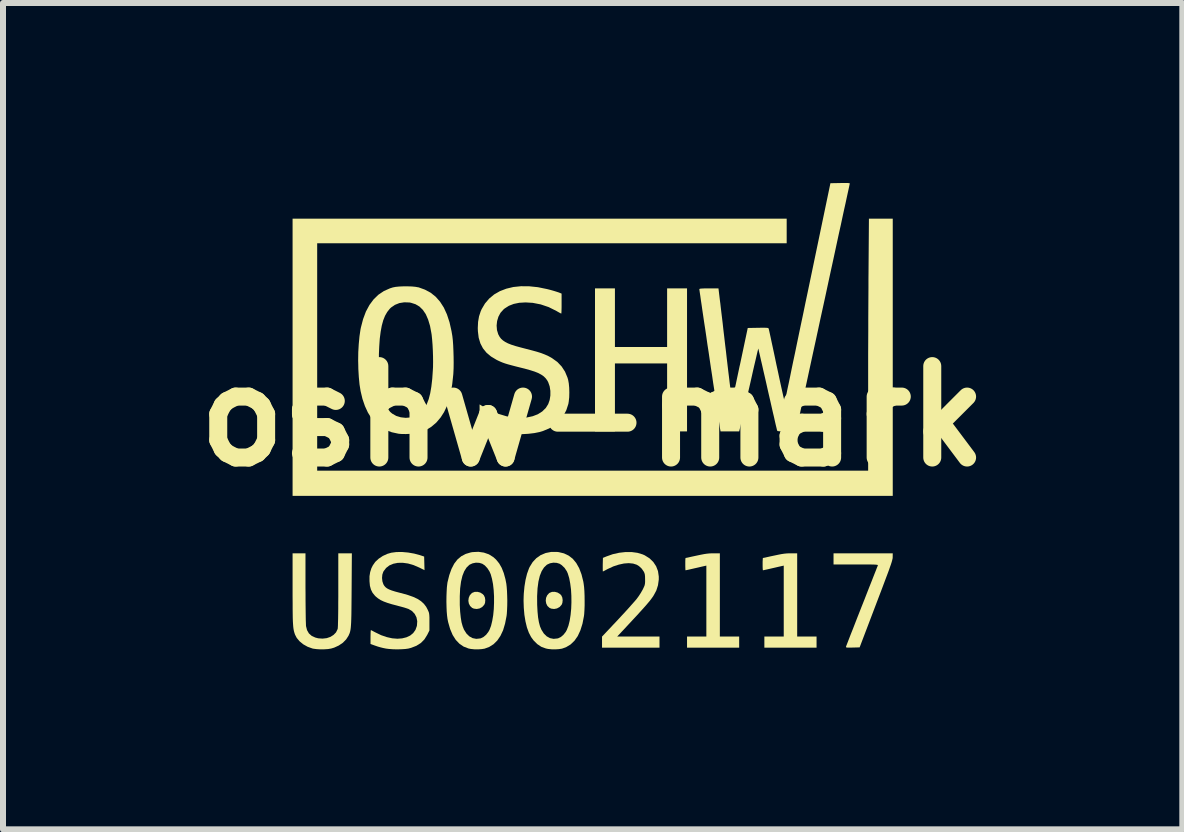
<source format=kicad_pcb>
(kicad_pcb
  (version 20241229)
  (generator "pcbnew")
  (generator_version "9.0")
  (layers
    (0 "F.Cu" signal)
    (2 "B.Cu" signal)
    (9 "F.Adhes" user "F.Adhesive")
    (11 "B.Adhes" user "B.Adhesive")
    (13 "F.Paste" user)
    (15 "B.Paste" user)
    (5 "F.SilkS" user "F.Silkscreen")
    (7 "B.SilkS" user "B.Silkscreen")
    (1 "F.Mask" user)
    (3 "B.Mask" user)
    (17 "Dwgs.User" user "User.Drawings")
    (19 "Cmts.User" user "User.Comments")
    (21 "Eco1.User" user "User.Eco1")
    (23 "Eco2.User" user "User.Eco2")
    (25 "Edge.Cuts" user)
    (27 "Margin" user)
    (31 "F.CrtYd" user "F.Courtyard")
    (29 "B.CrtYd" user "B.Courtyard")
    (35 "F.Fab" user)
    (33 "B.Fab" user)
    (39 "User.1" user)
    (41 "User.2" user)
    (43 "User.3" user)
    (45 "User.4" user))
  (footprint "oshw-mark"
    (layer "F.Cu")
    (at 6.829 3.887)
    (property "Reference" "oshw-mark" (at 0 0 0) (layer "F.SilkS") (effects (font (size 1.524 1.524) (thickness 0.3))))
    (attr board_only exclude_from_pos_files exclude_from_bom)
    (fp_poly (pts (xy 0.371 -1.153) (xy 1.241 -1.153) (xy 1.241 -2.13) (xy 1.573 -2.13) (xy 1.573 0.254) (xy 1.241 0.254) (xy 1.241 -0.879) (xy 0.371 -0.879) (xy 0.371 0.254) (xy 0.039 0.254) (xy 0.039 -2.13) (xy 0.371 -2.13)) (stroke (width 0) (type solid)) (fill yes) (layer "F.SilkS"))
    (fp_poly (pts (xy -1.874 2.94) (xy -1.834 2.965) (xy -1.813 2.987) (xy -1.796 3.024) (xy -1.79 3.068) (xy -1.794 3.113) (xy -1.807 3.143) (xy -1.841 3.181) (xy -1.884 3.205) (xy -1.932 3.214) (xy -1.981 3.208) (xy -2.01 3.195) (xy -2.043 3.164) (xy -2.064 3.123) (xy -2.072 3.077) (xy -2.066 3.029) (xy -2.048 2.986) (xy -2.016 2.951) (xy -2.008 2.945) (xy -1.967 2.929) (xy -1.921 2.928)) (stroke (width 0) (type solid)) (fill yes) (layer "F.SilkS"))
    (fp_poly (pts (xy -0.585 2.94) (xy -0.544 2.965) (xy -0.523 2.987) (xy -0.506 3.024) (xy -0.5 3.068) (xy -0.505 3.113) (xy -0.517 3.143) (xy -0.551 3.181) (xy -0.595 3.205) (xy -0.643 3.214) (xy -0.691 3.208) (xy -0.72 3.195) (xy -0.754 3.164) (xy -0.774 3.123) (xy -0.782 3.077) (xy -0.777 3.029) (xy -0.758 2.986) (xy -0.727 2.951) (xy -0.718 2.945) (xy -0.678 2.929) (xy -0.631 2.928)) (stroke (width 0) (type solid)) (fill yes) (layer "F.SilkS"))
    (fp_poly (pts (xy 3.234 -2.882) (xy -4.592 -2.882) (xy -4.592 0.909) (xy 4.592 0.909) (xy 4.592 -0.276) (xy 4.592 -0.45) (xy 4.592 -0.634) (xy 4.592 -0.825) (xy 4.592 -1.022) (xy 4.593 -1.22) (xy 4.594 -1.417) (xy 4.594 -1.61) (xy 4.595 -1.796) (xy 4.596 -1.974) (xy 4.597 -2.139) (xy 4.597 -2.289) (xy 4.598 -2.376) (xy 4.605 -3.292) (xy 5.002 -3.292) (xy 5.002 1.329) (xy -5.002 1.329) (xy -5.002 -3.292) (xy 3.234 -3.292)) (stroke (width 0) (type solid)) (fill yes) (layer "F.SilkS"))
    (fp_poly (pts (xy 2.12 3.673) (xy 2.442 3.673) (xy 2.442 3.859) (xy 1.573 3.859) (xy 1.573 3.673) (xy 1.895 3.673) (xy 1.895 2.491) (xy 1.873 2.496) (xy 1.815 2.509) (xy 1.756 2.523) (xy 1.698 2.536) (xy 1.646 2.548) (xy 1.602 2.558) (xy 1.569 2.565) (xy 1.551 2.569) (xy 1.548 2.569) (xy 1.546 2.56) (xy 1.545 2.536) (xy 1.544 2.5) (xy 1.544 2.467) (xy 1.544 2.425) (xy 1.545 2.391) (xy 1.547 2.37) (xy 1.548 2.364) (xy 1.558 2.362) (xy 1.585 2.357) (xy 1.624 2.348) (xy 1.674 2.337) (xy 1.73 2.325) (xy 1.73 2.325) (xy 1.801 2.31) (xy 1.858 2.299) (xy 1.905 2.292) (xy 1.947 2.288) (xy 1.989 2.286) (xy 2.014 2.286) (xy 2.12 2.286)) (stroke (width 0) (type solid)) (fill yes) (layer "F.SilkS"))
    (fp_poly (pts (xy 3.409 3.673) (xy 3.732 3.673) (xy 3.732 3.859) (xy 2.862 3.859) (xy 2.862 3.673) (xy 3.185 3.673) (xy 3.185 2.491) (xy 3.163 2.496) (xy 3.105 2.509) (xy 3.045 2.523) (xy 2.988 2.536) (xy 2.936 2.548) (xy 2.891 2.558) (xy 2.859 2.565) (xy 2.84 2.569) (xy 2.837 2.569) (xy 2.836 2.56) (xy 2.834 2.536) (xy 2.833 2.5) (xy 2.833 2.467) (xy 2.833 2.425) (xy 2.835 2.391) (xy 2.836 2.37) (xy 2.838 2.364) (xy 2.848 2.362) (xy 2.875 2.357) (xy 2.914 2.348) (xy 2.963 2.337) (xy 3.02 2.325) (xy 3.02 2.325) (xy 3.091 2.31) (xy 3.147 2.299) (xy 3.194 2.292) (xy 3.236 2.288) (xy 3.279 2.286) (xy 3.304 2.286) (xy 3.409 2.286)) (stroke (width 0) (type solid)) (fill yes) (layer "F.SilkS"))
    (fp_poly (pts (xy 5.001 2.347) (xy 5.001 2.359) (xy 4.999 2.374) (xy 4.995 2.391) (xy 4.99 2.412) (xy 4.982 2.439) (xy 4.971 2.473) (xy 4.956 2.515) (xy 4.938 2.567) (xy 4.915 2.629) (xy 4.887 2.703) (xy 4.854 2.791) (xy 4.816 2.892) (xy 4.771 3.01) (xy 4.725 3.131) (xy 4.45 3.854) (xy 4.334 3.857) (xy 4.285 3.858) (xy 4.252 3.858) (xy 4.233 3.856) (xy 4.224 3.852) (xy 4.222 3.846) (xy 4.223 3.842) (xy 4.227 3.83) (xy 4.238 3.802) (xy 4.255 3.758) (xy 4.277 3.701) (xy 4.304 3.631) (xy 4.336 3.551) (xy 4.371 3.461) (xy 4.409 3.363) (xy 4.45 3.259) (xy 4.487 3.165) (xy 4.53 3.057) (xy 4.57 2.954) (xy 4.608 2.857) (xy 4.643 2.769) (xy 4.674 2.69) (xy 4.701 2.621) (xy 4.723 2.566) (xy 4.739 2.524) (xy 4.75 2.498) (xy 4.753 2.489) (xy 4.754 2.484) (xy 4.751 2.481) (xy 4.743 2.478) (xy 4.728 2.476) (xy 4.705 2.474) (xy 4.671 2.473) (xy 4.624 2.472) (xy 4.564 2.472) (xy 4.487 2.472) (xy 4.393 2.472) (xy 4.015 2.472) (xy 4.015 2.286) (xy 5.002 2.286)) (stroke (width 0) (type solid)) (fill yes) (layer "F.SilkS"))
    (fp_poly (pts (xy 0.65 2.265) (xy 0.747 2.278) (xy 0.833 2.304) (xy 0.867 2.319) (xy 0.947 2.369) (xy 1.011 2.431) (xy 1.058 2.502) (xy 1.089 2.583) (xy 1.102 2.673) (xy 1.102 2.724) (xy 1.089 2.818) (xy 1.061 2.906) (xy 1.023 2.977) (xy 1.009 3.001) (xy 0.992 3.025) (xy 0.973 3.051) (xy 0.951 3.08) (xy 0.923 3.113) (xy 0.89 3.152) (xy 0.849 3.198) (xy 0.801 3.251) (xy 0.744 3.314) (xy 0.677 3.386) (xy 0.598 3.471) (xy 0.508 3.568) (xy 0.484 3.593) (xy 0.409 3.673) (xy 1.114 3.673) (xy 1.114 3.859) (xy 0.156 3.859) (xy 0.156 3.674) (xy 0.263 3.561) (xy 0.337 3.482) (xy 0.411 3.404) (xy 0.481 3.328) (xy 0.547 3.257) (xy 0.606 3.192) (xy 0.657 3.134) (xy 0.699 3.087) (xy 0.729 3.052) (xy 0.733 3.047) (xy 0.766 3.002) (xy 0.8 2.95) (xy 0.829 2.9) (xy 0.833 2.893) (xy 0.852 2.853) (xy 0.865 2.823) (xy 0.871 2.797) (xy 0.874 2.765) (xy 0.874 2.722) (xy 0.874 2.722) (xy 0.873 2.675) (xy 0.87 2.641) (xy 0.863 2.615) (xy 0.853 2.593) (xy 0.818 2.542) (xy 0.773 2.5) (xy 0.734 2.476) (xy 0.674 2.457) (xy 0.601 2.45) (xy 0.521 2.456) (xy 0.434 2.475) (xy 0.345 2.504) (xy 0.256 2.545) (xy 0.238 2.554) (xy 0.207 2.571) (xy 0.183 2.583) (xy 0.171 2.589) (xy 0.17 2.589) (xy 0.169 2.58) (xy 0.168 2.555) (xy 0.168 2.518) (xy 0.168 2.476) (xy 0.171 2.362) (xy 0.23 2.338) (xy 0.334 2.301) (xy 0.441 2.277) (xy 0.547 2.265)) (stroke (width 0) (type solid)) (fill yes) (layer "F.SilkS"))
    (fp_poly (pts (xy -4.787 2.86) (xy -4.786 2.966) (xy -4.786 3.069) (xy -4.785 3.165) (xy -4.784 3.253) (xy -4.783 3.331) (xy -4.782 3.397) (xy -4.78 3.449) (xy -4.779 3.485) (xy -4.778 3.5) (xy -4.761 3.567) (xy -4.73 3.621) (xy -4.684 3.662) (xy -4.624 3.69) (xy -4.574 3.703) (xy -4.502 3.708) (xy -4.433 3.7) (xy -4.371 3.679) (xy -4.319 3.646) (xy -4.278 3.604) (xy -4.253 3.553) (xy -4.249 3.54) (xy -4.248 3.524) (xy -4.246 3.49) (xy -4.245 3.44) (xy -4.243 3.376) (xy -4.242 3.299) (xy -4.241 3.212) (xy -4.241 3.116) (xy -4.24 3.013) (xy -4.24 2.906) (xy -4.24 2.894) (xy -4.24 2.286) (xy -4.014 2.286) (xy -4.018 2.894) (xy -4.019 3.025) (xy -4.02 3.138) (xy -4.021 3.234) (xy -4.022 3.315) (xy -4.024 3.384) (xy -4.026 3.44) (xy -4.029 3.487) (xy -4.032 3.525) (xy -4.036 3.556) (xy -4.041 3.582) (xy -4.047 3.605) (xy -4.054 3.625) (xy -4.063 3.644) (xy -4.069 3.659) (xy -4.109 3.721) (xy -4.164 3.777) (xy -4.232 3.823) (xy -4.308 3.858) (xy -4.358 3.873) (xy -4.41 3.882) (xy -4.472 3.886) (xy -4.539 3.887) (xy -4.602 3.883) (xy -4.655 3.876) (xy -4.67 3.873) (xy -4.751 3.844) (xy -4.824 3.803) (xy -4.885 3.753) (xy -4.933 3.696) (xy -4.961 3.642) (xy -4.969 3.619) (xy -4.976 3.596) (xy -4.982 3.571) (xy -4.987 3.543) (xy -4.991 3.51) (xy -4.994 3.47) (xy -4.997 3.423) (xy -4.999 3.365) (xy -5 3.295) (xy -5.001 3.213) (xy -5.001 3.116) (xy -5.002 3.003) (xy -5.002 2.875) (xy -5.002 2.286) (xy -4.787 2.286)) (stroke (width 0) (type solid)) (fill yes) (layer "F.SilkS"))
    (fp_poly (pts (xy -0.567 2.266) (xy -0.479 2.287) (xy -0.401 2.324) (xy -0.332 2.377) (xy -0.274 2.447) (xy -0.225 2.534) (xy -0.186 2.637) (xy -0.156 2.757) (xy -0.15 2.794) (xy -0.143 2.847) (xy -0.138 2.915) (xy -0.135 2.993) (xy -0.134 3.075) (xy -0.134 3.156) (xy -0.137 3.232) (xy -0.141 3.297) (xy -0.145 3.331) (xy -0.17 3.46) (xy -0.205 3.571) (xy -0.249 3.666) (xy -0.304 3.744) (xy -0.369 3.806) (xy -0.444 3.851) (xy -0.511 3.875) (xy -0.561 3.883) (xy -0.621 3.887) (xy -0.684 3.886) (xy -0.744 3.88) (xy -0.781 3.872) (xy -0.857 3.844) (xy -0.924 3.799) (xy -0.985 3.738) (xy -1.026 3.682) (xy -1.064 3.609) (xy -1.096 3.521) (xy -1.12 3.421) (xy -1.138 3.311) (xy -1.148 3.195) (xy -1.152 3.076) (xy -1.15 3.001) (xy -0.926 3.001) (xy -0.925 3.146) (xy -0.919 3.259) (xy -0.91 3.354) (xy -0.896 3.435) (xy -0.878 3.503) (xy -0.855 3.558) (xy -0.814 3.623) (xy -0.766 3.67) (xy -0.711 3.7) (xy -0.651 3.712) (xy -0.585 3.705) (xy -0.576 3.703) (xy -0.53 3.681) (xy -0.487 3.644) (xy -0.449 3.596) (xy -0.431 3.563) (xy -0.404 3.493) (xy -0.383 3.409) (xy -0.368 3.313) (xy -0.358 3.21) (xy -0.354 3.103) (xy -0.355 2.994) (xy -0.361 2.889) (xy -0.374 2.79) (xy -0.391 2.7) (xy -0.414 2.624) (xy -0.43 2.587) (xy -0.468 2.529) (xy -0.516 2.483) (xy -0.551 2.46) (xy -0.6 2.445) (xy -0.655 2.442) (xy -0.711 2.452) (xy -0.759 2.474) (xy -0.764 2.477) (xy -0.811 2.522) (xy -0.85 2.583) (xy -0.881 2.661) (xy -0.904 2.757) (xy -0.919 2.87) (xy -0.926 3.001) (xy -1.15 3.001) (xy -1.148 2.957) (xy -1.137 2.84) (xy -1.119 2.729) (xy -1.094 2.627) (xy -1.061 2.536) (xy -1.05 2.513) (xy -1 2.432) (xy -0.938 2.366) (xy -0.865 2.315) (xy -0.783 2.281) (xy -0.692 2.263) (xy -0.595 2.263)) (stroke (width 0) (type solid)) (fill yes) (layer "F.SilkS"))
    (fp_poly (pts (xy -1.814 2.274) (xy -1.73 2.303) (xy -1.655 2.35) (xy -1.61 2.391) (xy -1.558 2.455) (xy -1.516 2.529) (xy -1.482 2.615) (xy -1.454 2.717) (xy -1.439 2.794) (xy -1.433 2.847) (xy -1.428 2.915) (xy -1.425 2.992) (xy -1.423 3.074) (xy -1.424 3.155) (xy -1.427 3.23) (xy -1.431 3.295) (xy -1.435 3.329) (xy -1.46 3.457) (xy -1.493 3.568) (xy -1.537 3.662) (xy -1.59 3.74) (xy -1.652 3.801) (xy -1.725 3.847) (xy -1.801 3.875) (xy -1.85 3.883) (xy -1.91 3.887) (xy -1.974 3.886) (xy -2.033 3.88) (xy -2.071 3.872) (xy -2.151 3.841) (xy -2.221 3.793) (xy -2.282 3.729) (xy -2.334 3.647) (xy -2.376 3.548) (xy -2.409 3.433) (xy -2.42 3.378) (xy -2.427 3.324) (xy -2.433 3.255) (xy -2.436 3.176) (xy -2.438 3.091) (xy -2.437 3.006) (xy -2.437 3.001) (xy -2.215 3.001) (xy -2.215 3.146) (xy -2.209 3.259) (xy -2.199 3.354) (xy -2.186 3.435) (xy -2.167 3.503) (xy -2.145 3.558) (xy -2.104 3.623) (xy -2.056 3.67) (xy -2.001 3.7) (xy -1.94 3.712) (xy -1.875 3.705) (xy -1.865 3.703) (xy -1.82 3.681) (xy -1.776 3.644) (xy -1.739 3.596) (xy -1.72 3.563) (xy -1.694 3.495) (xy -1.674 3.412) (xy -1.658 3.318) (xy -1.648 3.216) (xy -1.644 3.11) (xy -1.644 3.003) (xy -1.65 2.899) (xy -1.661 2.8) (xy -1.678 2.712) (xy -1.699 2.636) (xy -1.719 2.59) (xy -1.755 2.534) (xy -1.798 2.488) (xy -1.84 2.46) (xy -1.889 2.445) (xy -1.946 2.442) (xy -2.002 2.453) (xy -2.05 2.475) (xy -2.054 2.477) (xy -2.101 2.522) (xy -2.14 2.583) (xy -2.171 2.661) (xy -2.194 2.757) (xy -2.209 2.87) (xy -2.215 3.001) (xy -2.437 3.001) (xy -2.434 2.925) (xy -2.43 2.852) (xy -2.423 2.792) (xy -2.42 2.77) (xy -2.39 2.649) (xy -2.353 2.546) (xy -2.308 2.459) (xy -2.254 2.389) (xy -2.19 2.335) (xy -2.116 2.296) (xy -2.032 2.271) (xy -2.003 2.266) (xy -1.905 2.261)) (stroke (width 0) (type solid)) (fill yes) (layer "F.SilkS"))
    (fp_poly (pts (xy -3.076 2.273) (xy -2.974 2.291) (xy -2.877 2.317) (xy -2.872 2.319) (xy -2.809 2.34) (xy -2.806 2.453) (xy -2.803 2.567) (xy -2.889 2.524) (xy -2.984 2.483) (xy -3.077 2.456) (xy -3.165 2.444) (xy -3.248 2.445) (xy -3.323 2.46) (xy -3.389 2.488) (xy -3.443 2.53) (xy -3.485 2.585) (xy -3.49 2.594) (xy -3.506 2.641) (xy -3.511 2.697) (xy -3.505 2.753) (xy -3.489 2.801) (xy -3.473 2.828) (xy -3.454 2.85) (xy -3.428 2.87) (xy -3.394 2.888) (xy -3.348 2.906) (xy -3.29 2.924) (xy -3.215 2.944) (xy -3.185 2.951) (xy -3.08 2.981) (xy -2.992 3.012) (xy -2.919 3.046) (xy -2.861 3.084) (xy -2.813 3.128) (xy -2.775 3.178) (xy -2.752 3.222) (xy -2.74 3.248) (xy -2.731 3.27) (xy -2.726 3.292) (xy -2.723 3.319) (xy -2.721 3.354) (xy -2.721 3.402) (xy -2.721 3.43) (xy -2.721 3.572) (xy -2.758 3.646) (xy -2.804 3.72) (xy -2.864 3.781) (xy -2.939 3.828) (xy -3.027 3.862) (xy -3.073 3.874) (xy -3.124 3.881) (xy -3.188 3.885) (xy -3.26 3.887) (xy -3.331 3.885) (xy -3.398 3.88) (xy -3.445 3.874) (xy -3.494 3.864) (xy -3.538 3.853) (xy -3.583 3.84) (xy -3.638 3.821) (xy -3.646 3.818) (xy -3.703 3.798) (xy -3.703 3.682) (xy -3.702 3.637) (xy -3.701 3.6) (xy -3.699 3.575) (xy -3.697 3.566) (xy -3.697 3.566) (xy -3.687 3.57) (xy -3.664 3.582) (xy -3.632 3.599) (xy -3.62 3.605) (xy -3.525 3.651) (xy -3.431 3.683) (xy -3.341 3.703) (xy -3.255 3.71) (xy -3.176 3.704) (xy -3.104 3.686) (xy -3.042 3.657) (xy -2.992 3.616) (xy -2.954 3.563) (xy -2.931 3.499) (xy -2.929 3.489) (xy -2.924 3.418) (xy -2.937 3.353) (xy -2.967 3.295) (xy -3.012 3.248) (xy -3.069 3.214) (xy -3.098 3.204) (xy -3.141 3.19) (xy -3.192 3.176) (xy -3.246 3.162) (xy -3.255 3.159) (xy -3.347 3.135) (xy -3.422 3.112) (xy -3.484 3.089) (xy -3.535 3.065) (xy -3.578 3.037) (xy -3.616 3.006) (xy -3.63 2.992) (xy -3.669 2.944) (xy -3.696 2.89) (xy -3.713 2.827) (xy -3.72 2.75) (xy -3.72 2.749) (xy -3.72 2.669) (xy -3.709 2.6) (xy -3.689 2.536) (xy -3.665 2.488) (xy -3.624 2.429) (xy -3.567 2.376) (xy -3.498 2.33) (xy -3.422 2.295) (xy -3.356 2.276) (xy -3.272 2.265) (xy -3.177 2.264)) (stroke (width 0) (type solid)) (fill yes) (layer "F.SilkS"))
    (fp_poly (pts (xy -3.014 -2.162) (xy -2.953 -2.156) (xy -2.904 -2.147) (xy -2.901 -2.147) (xy -2.796 -2.109) (xy -2.701 -2.058) (xy -2.617 -1.991) (xy -2.544 -1.908) (xy -2.481 -1.81) (xy -2.429 -1.696) (xy -2.386 -1.565) (xy -2.353 -1.418) (xy -2.339 -1.336) (xy -2.331 -1.266) (xy -2.325 -1.182) (xy -2.321 -1.087) (xy -2.318 -0.989) (xy -2.317 -0.891) (xy -2.318 -0.798) (xy -2.322 -0.716) (xy -2.324 -0.689) (xy -2.341 -0.533) (xy -2.364 -0.395) (xy -2.394 -0.271) (xy -2.432 -0.162) (xy -2.478 -0.066) (xy -2.533 0.02) (xy -2.597 0.096) (xy -2.608 0.108) (xy -2.689 0.177) (xy -2.775 0.23) (xy -2.872 0.267) (xy -2.897 0.274) (xy -2.96 0.286) (xy -3.034 0.294) (xy -3.112 0.298) (xy -3.185 0.297) (xy -3.234 0.293) (xy -3.349 0.268) (xy -3.454 0.229) (xy -3.547 0.174) (xy -3.628 0.106) (xy -3.687 0.035) (xy -3.747 -0.061) (xy -3.796 -0.168) (xy -3.837 -0.287) (xy -3.868 -0.417) (xy -3.886 -0.528) (xy -3.898 -0.652) (xy -3.906 -0.787) (xy -3.907 -0.853) (xy -3.564 -0.853) (xy -3.558 -0.689) (xy -3.546 -0.543) (xy -3.526 -0.414) (xy -3.499 -0.303) (xy -3.465 -0.209) (xy -3.424 -0.132) (xy -3.375 -0.071) (xy -3.342 -0.043) (xy -3.274 -0.004) (xy -3.198 0.019) (xy -3.116 0.028) (xy -3.035 0.021) (xy -2.958 -0.002) (xy -2.952 -0.005) (xy -2.895 -0.037) (xy -2.845 -0.08) (xy -2.801 -0.135) (xy -2.764 -0.203) (xy -2.733 -0.284) (xy -2.708 -0.381) (xy -2.689 -0.492) (xy -2.674 -0.621) (xy -2.664 -0.767) (xy -2.661 -0.821) (xy -2.66 -0.903) (xy -2.661 -0.996) (xy -2.664 -1.093) (xy -2.669 -1.189) (xy -2.676 -1.279) (xy -2.684 -1.357) (xy -2.688 -1.382) (xy -2.711 -1.505) (xy -2.743 -1.611) (xy -2.782 -1.7) (xy -2.83 -1.771) (xy -2.887 -1.827) (xy -2.953 -1.866) (xy -3.028 -1.89) (xy -3.053 -1.895) (xy -3.14 -1.898) (xy -3.222 -1.885) (xy -3.297 -1.855) (xy -3.362 -1.81) (xy -3.383 -1.789) (xy -3.425 -1.736) (xy -3.461 -1.673) (xy -3.491 -1.598) (xy -3.515 -1.51) (xy -3.534 -1.407) (xy -3.549 -1.29) (xy -3.558 -1.155) (xy -3.563 -1.036) (xy -3.564 -0.853) (xy -3.907 -0.853) (xy -3.909 -0.926) (xy -3.907 -1.066) (xy -3.899 -1.202) (xy -3.887 -1.33) (xy -3.87 -1.445) (xy -3.864 -1.475) (xy -3.827 -1.617) (xy -3.78 -1.743) (xy -3.721 -1.853) (xy -3.652 -1.946) (xy -3.572 -2.024) (xy -3.48 -2.086) (xy -3.378 -2.131) (xy -3.331 -2.146) (xy -3.285 -2.155) (xy -3.224 -2.161) (xy -3.156 -2.164) (xy -3.084 -2.164)) (stroke (width 0) (type solid)) (fill yes) (layer "F.SilkS"))
    (fp_poly (pts (xy -1.058 -2.165) (xy -0.914 -2.15) (xy -0.762 -2.119) (xy -0.71 -2.106) (xy -0.66 -2.092) (xy -0.614 -2.078) (xy -0.577 -2.066) (xy -0.554 -2.058) (xy -0.553 -2.057) (xy -0.518 -2.043) (xy -0.518 -1.876) (xy -0.518 -1.822) (xy -0.519 -1.775) (xy -0.52 -1.738) (xy -0.522 -1.716) (xy -0.523 -1.71) (xy -0.533 -1.714) (xy -0.556 -1.726) (xy -0.588 -1.744) (xy -0.603 -1.753) (xy -0.733 -1.818) (xy -0.866 -1.863) (xy -1 -1.889) (xy -1.119 -1.896) (xy -1.224 -1.89) (xy -1.316 -1.871) (xy -1.396 -1.84) (xy -1.467 -1.795) (xy -1.488 -1.777) (xy -1.536 -1.723) (xy -1.571 -1.658) (xy -1.593 -1.585) (xy -1.601 -1.51) (xy -1.595 -1.435) (xy -1.574 -1.365) (xy -1.55 -1.321) (xy -1.526 -1.29) (xy -1.496 -1.263) (xy -1.459 -1.238) (xy -1.413 -1.214) (xy -1.355 -1.191) (xy -1.283 -1.168) (xy -1.195 -1.144) (xy -1.114 -1.123) (xy -1.014 -1.097) (xy -0.93 -1.074) (xy -0.86 -1.052) (xy -0.8 -1.029) (xy -0.747 -1.006) (xy -0.699 -0.98) (xy -0.677 -0.967) (xy -0.588 -0.903) (xy -0.517 -0.828) (xy -0.461 -0.742) (xy -0.42 -0.644) (xy -0.409 -0.607) (xy -0.398 -0.546) (xy -0.391 -0.472) (xy -0.389 -0.393) (xy -0.391 -0.314) (xy -0.399 -0.242) (xy -0.405 -0.205) (xy -0.439 -0.1) (xy -0.488 -0.006) (xy -0.552 0.076) (xy -0.631 0.147) (xy -0.724 0.204) (xy -0.83 0.248) (xy -0.883 0.264) (xy -0.972 0.282) (xy -1.073 0.294) (xy -1.178 0.3) (xy -1.281 0.299) (xy -1.333 0.296) (xy -1.406 0.288) (xy -1.488 0.274) (xy -1.575 0.256) (xy -1.661 0.235) (xy -1.74 0.212) (xy -1.809 0.189) (xy -1.839 0.177) (xy -1.885 0.157) (xy -1.885 -0.196) (xy -1.844 -0.171) (xy -1.708 -0.096) (xy -1.571 -0.039) (xy -1.436 0.002) (xy -1.303 0.024) (xy -1.208 0.029) (xy -1.098 0.022) (xy -1 0.001) (xy -0.914 -0.032) (xy -0.841 -0.078) (xy -0.782 -0.136) (xy -0.741 -0.201) (xy -0.717 -0.269) (xy -0.705 -0.344) (xy -0.705 -0.422) (xy -0.717 -0.498) (xy -0.741 -0.566) (xy -0.756 -0.594) (xy -0.783 -0.631) (xy -0.815 -0.663) (xy -0.855 -0.691) (xy -0.905 -0.718) (xy -0.967 -0.743) (xy -1.043 -0.767) (xy -1.136 -0.793) (xy -1.193 -0.807) (xy -1.281 -0.829) (xy -1.353 -0.848) (xy -1.412 -0.864) (xy -1.461 -0.879) (xy -1.503 -0.894) (xy -1.541 -0.91) (xy -1.578 -0.927) (xy -1.602 -0.939) (xy -1.695 -0.995) (xy -1.77 -1.058) (xy -1.829 -1.131) (xy -1.872 -1.214) (xy -1.9 -1.308) (xy -1.913 -1.415) (xy -1.915 -1.468) (xy -1.91 -1.572) (xy -1.894 -1.664) (xy -1.866 -1.749) (xy -1.851 -1.783) (xy -1.795 -1.878) (xy -1.725 -1.96) (xy -1.642 -2.029) (xy -1.546 -2.084) (xy -1.439 -2.125) (xy -1.322 -2.153) (xy -1.195 -2.166)) (stroke (width 0) (type solid)) (fill yes) (layer "F.SilkS"))
    (fp_poly (pts (xy 4.258 -3.886) (xy 4.276 -3.884) (xy 4.284 -3.881) (xy 4.286 -3.875) (xy 4.285 -3.871) (xy 4.282 -3.86) (xy 4.276 -3.831) (xy 4.266 -3.784) (xy 4.252 -3.721) (xy 4.235 -3.643) (xy 4.215 -3.549) (xy 4.191 -3.442) (xy 4.165 -3.322) (xy 4.137 -3.19) (xy 4.105 -3.047) (xy 4.072 -2.894) (xy 4.037 -2.731) (xy 4 -2.56) (xy 3.961 -2.382) (xy 3.921 -2.196) (xy 3.88 -2.005) (xy 3.84 -1.822) (xy 3.797 -1.626) (xy 3.756 -1.435) (xy 3.716 -1.25) (xy 3.677 -1.072) (xy 3.64 -0.901) (xy 3.605 -0.739) (xy 3.572 -0.586) (xy 3.541 -0.443) (xy 3.513 -0.311) (xy 3.487 -0.192) (xy 3.464 -0.086) (xy 3.444 0.007) (xy 3.427 0.085) (xy 3.413 0.148) (xy 3.403 0.193) (xy 3.397 0.222) (xy 3.395 0.232) (xy 3.392 0.24) (xy 3.387 0.246) (xy 3.376 0.25) (xy 3.357 0.252) (xy 3.327 0.254) (xy 3.282 0.254) (xy 3.234 0.254) (xy 3.175 0.254) (xy 3.133 0.253) (xy 3.105 0.251) (xy 3.087 0.249) (xy 3.078 0.244) (xy 3.074 0.238) (xy 3.074 0.237) (xy 3.071 0.225) (xy 3.064 0.195) (xy 3.053 0.15) (xy 3.039 0.09) (xy 3.023 0.017) (xy 3.003 -0.067) (xy 2.982 -0.16) (xy 2.959 -0.262) (xy 2.934 -0.37) (xy 2.916 -0.449) (xy 2.891 -0.561) (xy 2.867 -0.666) (xy 2.844 -0.765) (xy 2.824 -0.855) (xy 2.805 -0.935) (xy 2.79 -1.003) (xy 2.777 -1.058) (xy 2.768 -1.097) (xy 2.763 -1.121) (xy 2.761 -1.127) (xy 2.759 -1.119) (xy 2.752 -1.094) (xy 2.742 -1.052) (xy 2.729 -0.996) (xy 2.713 -0.927) (xy 2.694 -0.847) (xy 2.673 -0.756) (xy 2.651 -0.657) (xy 2.627 -0.551) (xy 2.61 -0.477) (xy 2.584 -0.366) (xy 2.56 -0.26) (xy 2.537 -0.16) (xy 2.517 -0.068) (xy 2.498 0.014) (xy 2.482 0.084) (xy 2.469 0.142) (xy 2.459 0.184) (xy 2.453 0.21) (xy 2.451 0.217) (xy 2.442 0.254) (xy 2.132 0.254) (xy 2.126 0.222) (xy 2.123 0.206) (xy 2.118 0.173) (xy 2.111 0.123) (xy 2.101 0.059) (xy 2.089 -0.018) (xy 2.076 -0.107) (xy 2.061 -0.207) (xy 2.045 -0.315) (xy 2.028 -0.43) (xy 2.009 -0.551) (xy 1.991 -0.677) (xy 1.971 -0.806) (xy 1.952 -0.936) (xy 1.933 -1.066) (xy 1.913 -1.195) (xy 1.895 -1.322) (xy 1.877 -1.444) (xy 1.859 -1.56) (xy 1.843 -1.669) (xy 1.828 -1.77) (xy 1.815 -1.861) (xy 1.803 -1.94) (xy 1.794 -2.006) (xy 1.786 -2.058) (xy 1.781 -2.094) (xy 1.778 -2.113) (xy 1.778 -2.116) (xy 1.781 -2.121) (xy 1.792 -2.125) (xy 1.813 -2.127) (xy 1.847 -2.129) (xy 1.897 -2.13) (xy 1.938 -2.13) (xy 2.097 -2.13) (xy 2.122 -1.922) (xy 2.128 -1.878) (xy 2.135 -1.816) (xy 2.144 -1.739) (xy 2.155 -1.649) (xy 2.167 -1.549) (xy 2.179 -1.439) (xy 2.193 -1.322) (xy 2.207 -1.201) (xy 2.222 -1.078) (xy 2.233 -0.98) (xy 2.247 -0.862) (xy 2.26 -0.751) (xy 2.273 -0.647) (xy 2.284 -0.552) (xy 2.295 -0.467) (xy 2.304 -0.393) (xy 2.311 -0.334) (xy 2.317 -0.289) (xy 2.321 -0.26) (xy 2.323 -0.249) (xy 2.323 -0.249) (xy 2.326 -0.259) (xy 2.332 -0.286) (xy 2.341 -0.329) (xy 2.354 -0.387) (xy 2.369 -0.457) (xy 2.387 -0.538) (xy 2.406 -0.629) (xy 2.427 -0.728) (xy 2.449 -0.832) (xy 2.456 -0.861) (xy 2.585 -1.47) (xy 2.757 -1.473) (xy 2.819 -1.474) (xy 2.864 -1.474) (xy 2.896 -1.473) (xy 2.916 -1.471) (xy 2.927 -1.467) (xy 2.933 -1.462) (xy 2.934 -1.458) (xy 2.937 -1.446) (xy 2.944 -1.416) (xy 2.954 -1.37) (xy 2.967 -1.311) (xy 2.982 -1.239) (xy 3 -1.156) (xy 3.02 -1.063) (xy 3.041 -0.964) (xy 3.063 -0.858) (xy 3.069 -0.831) (xy 3.092 -0.725) (xy 3.113 -0.626) (xy 3.133 -0.534) (xy 3.151 -0.452) (xy 3.167 -0.38) (xy 3.18 -0.322) (xy 3.191 -0.277) (xy 3.198 -0.247) (xy 3.202 -0.235) (xy 3.202 -0.235) (xy 3.204 -0.246) (xy 3.21 -0.275) (xy 3.22 -0.321) (xy 3.233 -0.384) (xy 3.249 -0.462) (xy 3.269 -0.554) (xy 3.291 -0.66) (xy 3.315 -0.779) (xy 3.342 -0.909) (xy 3.372 -1.049) (xy 3.403 -1.2) (xy 3.436 -1.359) (xy 3.471 -1.527) (xy 3.508 -1.701) (xy 3.545 -1.881) (xy 3.584 -2.066) (xy 3.584 -2.066) (xy 3.963 -3.883) (xy 4.126 -3.886) (xy 4.186 -3.887) (xy 4.23 -3.887)) (stroke (width 0) (type solid)) (fill yes) (layer "F.SilkS")))
  (gr_rect
    (start -3 -3)
    (end 16.658 10.774)
    (stroke (width 0.1) (type default))
    (fill no)
    (layer "Edge.Cuts")))
</source>
